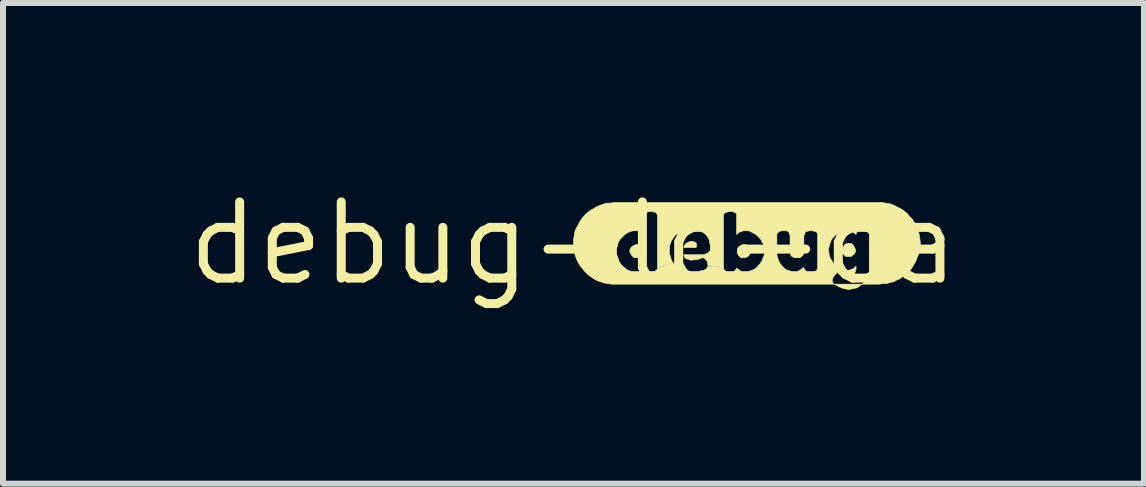
<source format=kicad_pcb>
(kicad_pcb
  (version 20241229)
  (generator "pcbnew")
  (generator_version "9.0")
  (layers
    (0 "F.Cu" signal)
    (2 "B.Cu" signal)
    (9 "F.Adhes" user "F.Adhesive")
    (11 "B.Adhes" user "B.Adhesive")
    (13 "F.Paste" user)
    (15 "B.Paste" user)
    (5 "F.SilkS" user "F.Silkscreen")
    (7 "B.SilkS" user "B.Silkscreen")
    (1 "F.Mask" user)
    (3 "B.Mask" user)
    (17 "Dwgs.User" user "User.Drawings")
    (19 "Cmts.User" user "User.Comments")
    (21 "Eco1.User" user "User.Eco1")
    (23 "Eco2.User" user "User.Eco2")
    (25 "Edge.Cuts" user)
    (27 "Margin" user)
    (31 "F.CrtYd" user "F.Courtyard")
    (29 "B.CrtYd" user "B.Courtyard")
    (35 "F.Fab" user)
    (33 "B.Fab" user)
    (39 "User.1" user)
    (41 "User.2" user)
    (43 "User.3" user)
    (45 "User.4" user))
  (footprint "debug-lc-ca"
    (layer "F.Cu")
    (at 6.508 1.006)
    (property "Reference" "debug-lc-ca" (at 0 0 0) (layer "F.SilkS") (effects (font (size 1.27 1.27) (thickness 0.15))))
    (attr board_only exclude_from_pos_files exclude_from_bom)
    (fp_poly (pts (xy 2 0.07) (xy 2.02 0.07) (xy 2.03 0.07) (xy 2.04 0.07) (xy 2.05 0.06) (xy 2.05 0.05) (xy 2.05 0.04) (xy 2.05 0.02) (xy 2.05 0.01) (xy 2.04 -0.01) (xy 2.02 -0.02) (xy 1.99 -0.03) (xy 1.96 -0.03) (xy 1.94 -0.03) (xy 1.92 -0.02) (xy 1.9 -0.01) (xy 1.88 0) (xy 1.86 0.02) (xy 1.85 0.04) (xy 1.84 0.06) (xy 1.84 0.07) (xy 2 0.07)) (stroke (width 0.01) (type solid)) (fill yes) (layer "F.SilkS"))
    (fp_poly (pts (xy 1.01 0.24) (xy 1.07 0.24) (xy 1.09 0.24) (xy 1.11 0.24) (xy 1.12 0.23) (xy 1.14 0.21) (xy 1.15 0.2) (xy 1.16 0.18) (xy 1.17 0.16) (xy 1.17 0.14) (xy 1.17 0.12) (xy 1.17 0.09) (xy 1.16 0.07) (xy 1.14 0.06) (xy 1.13 0.04) (xy 1.11 0.03) (xy 1.09 0.02) (xy 1.07 0.02) (xy 1.04 0.02) (xy 1.02 0.03) (xy 1 0.04) (xy 0.98 0.05) (xy 0.96 0.07) (xy 0.95 0.09) (xy 0.94 0.11) (xy 0.94 0.13) (xy 0.94 0.15) (xy 0.95 0.17) (xy 0.96 0.18) (xy 0.97 0.2) (xy 1.01 0.24)) (stroke (width 0.01) (type solid)) (fill yes) (layer "F.SilkS"))
    (fp_poly (pts (xy 2.79 0.24) (xy 2.85 0.24) (xy 2.87 0.24) (xy 2.88 0.23) (xy 2.9 0.22) (xy 2.92 0.21) (xy 2.93 0.19) (xy 2.94 0.18) (xy 2.95 0.16) (xy 2.95 0.14) (xy 2.95 0.11) (xy 2.95 0.09) (xy 2.94 0.07) (xy 2.92 0.06) (xy 2.91 0.04) (xy 2.89 0.03) (xy 2.87 0.02) (xy 2.85 0.02) (xy 2.82 0.02) (xy 2.8 0.03) (xy 2.78 0.04) (xy 2.77 0.05) (xy 2.75 0.06) (xy 2.74 0.08) (xy 2.73 0.1) (xy 2.73 0.12) (xy 2.73 0.15) (xy 2.73 0.17) (xy 2.74 0.18) (xy 2.75 0.2) (xy 2.79 0.24)) (stroke (width 0.01) (type solid)) (fill yes) (layer "F.SilkS"))
    (fp_poly (pts (xy 4.48 0.16) (xy 4.52 0.2) (xy 4.53 0.21) (xy 4.54 0.22) (xy 4.56 0.22) (xy 4.58 0.22) (xy 4.6 0.22) (xy 4.62 0.22) (xy 4.64 0.21) (xy 4.66 0.19) (xy 4.68 0.18) (xy 4.69 0.16) (xy 4.7 0.14) (xy 4.7 0.12) (xy 4.7 0.1) (xy 4.69 0.08) (xy 4.68 0.06) (xy 4.67 0.04) (xy 4.65 0.02) (xy 4.64 0.01) (xy 4.62 0) (xy 4.6 0) (xy 4.57 0) (xy 4.55 0.01) (xy 4.53 0.01) (xy 4.52 0.03) (xy 4.5 0.05) (xy 4.49 0.07) (xy 4.48 0.08) (xy 4.48 0.1) (xy 4.48 0.16)) (stroke (width 0.01) (type solid)) (fill yes) (layer "F.SilkS"))
    (fp_poly (pts (xy 0.68 -0.68) (xy 0.61 -0.67) (xy 0.55 -0.67) (xy 0.49 -0.65) (xy 0.43 -0.63) (xy 0.37 -0.6) (xy 0.32 -0.57) (xy 0.27 -0.54) (xy 0.22 -0.5) (xy 0.17 -0.45) (xy 0.13 -0.4) (xy 0.1 -0.35) (xy 0.07 -0.29) (xy 0.04 -0.24) (xy 0.02 -0.18) (xy 0.01 -0.11) (xy 0 -0.05) (xy 0 0.01) (xy 0 0.08) (xy 0.01 0.14) (xy 0.03 0.2) (xy 0.05 0.26) (xy 0.08 0.32) (xy 0.11 0.37) (xy 0.15 0.42) (xy 0.19 0.47) (xy 0.23 0.51) (xy 0.28 0.55) (xy 0.34 0.59) (xy 0.39 0.62) (xy 0.45 0.64) (xy 0.51 0.66) (xy 0.57 0.67) (xy 0.63 0.68) (xy 0.68 0.68) (xy 0.86 0.41) (xy 0.83 0.39) (xy 0.8 0.36) (xy 0.78 0.33) (xy 0.76 0.3) (xy 0.75 0.27) (xy 0.74 0.24) (xy 0.73 0.21) (xy 0.72 0.18) (xy 0.72 0.15) (xy 0.72 0.11) (xy 0.72 0.08) (xy 0.73 0.05) (xy 0.74 0.01) (xy 0.75 -0.02) (xy 0.77 -0.06) (xy 0.8 -0.09) (xy 0.83 -0.12) (xy 0.86 -0.15) (xy 0.89 -0.17) (xy 0.93 -0.19) (xy 0.96 -0.2) (xy 1 -0.21) (xy 1.03 -0.21) (xy 1.07 -0.21) (xy 1.1 -0.2) (xy 1.13 -0.18) (xy 1.16 -0.17) (xy 1.18 -0.14) (xy 1.18 -0.47) (xy 1.18 -0.49) (xy 1.2 -0.51) (xy 1.23 -0.52) (xy 1.27 -0.53) (xy 1.31 -0.53) (xy 1.35 -0.52) (xy 1.37 -0.52) (xy 1.38 -0.51) (xy 1.39 -0.49) (xy 1.4 -0.47) (xy 1.4 -0.46) (xy 1.4 0.41) (xy 1.65 0.31) (xy 1.63 0.27) (xy 1.62 0.24) (xy 1.61 0.2) (xy 1.6 0.17) (xy 1.6 0.13) (xy 1.6 0.09) (xy 1.6 0.06) (xy 1.61 0.02) (xy 1.62 -0.01) (xy 1.63 -0.04) (xy 1.65 -0.07) (xy 1.67 -0.1) (xy 1.69 -0.13) (xy 1.72 -0.15) (xy 1.75 -0.17) (xy 1.78 -0.19) (xy 1.81 -0.21) (xy 1.84 -0.22) (xy 1.88 -0.23) (xy 1.92 -0.23) (xy 1.96 -0.24) (xy 2 -0.24) (xy 2.03 -0.23) (xy 2.07 -0.23) (xy 2.1 -0.22) (xy 2.13 -0.2) (xy 2.16 -0.18) (xy 2.19 -0.16) (xy 2.21 -0.14) (xy 2.23 -0.12) (xy 2.24 -0.1) (xy 2.26 -0.06) (xy 2.27 -0.03) (xy 2.27 -0.01) (xy 2.28 0.02) (xy 2.28 0.12) (xy 2.24 0.16) (xy 2.22 0.17) (xy 2.2 0.18) (xy 2.17 0.19) (xy 2.15 0.19) (xy 1.84 0.19) (xy 1.84 0.2) (xy 1.85 0.22) (xy 1.85 0.23) (xy 1.86 0.24) (xy 1.87 0.25) (xy 1.89 0.26) (xy 1.93 0.27) (xy 1.95 0.28) (xy 1.97 0.28) (xy 2.04 0.27) (xy 2.08 0.27) (xy 2.11 0.25) (xy 2.13 0.25) (xy 2.15 0.24) (xy 2.16 0.24) (xy 2.18 0.25) (xy 2.2 0.26) (xy 2.21 0.28) (xy 2.23 0.3) (xy 2.24 0.35) (xy 2.24 0.36) (xy 2.24 0.37) (xy 2.5 0.4) (xy 2.5 -0.46) (xy 2.5 -0.48) (xy 2.52 -0.5) (xy 2.53 -0.51) (xy 2.56 -0.52) (xy 2.59 -0.53) (xy 2.62 -0.53) (xy 2.65 -0.53) (xy 2.68 -0.52) (xy 2.7 -0.51) (xy 2.71 -0.5) (xy 2.72 -0.48) (xy 2.72 -0.46) (xy 2.72 -0.15) (xy 2.74 -0.16) (xy 2.75 -0.18) (xy 2.77 -0.19) (xy 2.79 -0.19) (xy 2.83 -0.21) (xy 2.87 -0.21) (xy 2.91 -0.21) (xy 2.95 -0.2) (xy 2.98 -0.18) (xy 3.02 -0.16) (xy 3.05 -0.14) (xy 3.09 -0.1) (xy 3.12 -0.07) (xy 3.14 -0.03) (xy 3.16 0) (xy 3.17 0.04) (xy 3.18 0.08) (xy 3.18 0.12) (xy 3.18 0.16) (xy 3.39 0.16) (xy 3.39 -0.14) (xy 3.39 -0.15) (xy 3.39 -0.16) (xy 3.41 -0.18) (xy 3.42 -0.2) (xy 3.44 -0.2) (xy 3.47 -0.21) (xy 3.51 -0.21) (xy 3.55 -0.21) (xy 3.57 -0.2) (xy 3.59 -0.19) (xy 3.59 -0.18) (xy 3.6 -0.17) (xy 3.6 -0.16) (xy 3.61 -0.13) (xy 3.61 0.13) (xy 3.61 0.15) (xy 3.62 0.17) (xy 3.62 0.19) (xy 3.63 0.21) (xy 3.65 0.22) (xy 3.66 0.23) (xy 3.68 0.24) (xy 3.69 0.24) (xy 3.71 0.24) (xy 3.73 0.24) (xy 3.75 0.24) (xy 3.77 0.24) (xy 3.79 0.23) (xy 3.8 0.22) (xy 3.81 0.21) (xy 3.82 0.2) (xy 3.83 0.19) (xy 3.84 0.17) (xy 3.84 0.15) (xy 3.84 0.13) (xy 3.84 -0.12) (xy 3.85 -0.15) (xy 3.86 -0.18) (xy 3.87 -0.19) (xy 3.88 -0.2) (xy 3.9 -0.2) (xy 3.93 -0.21) (xy 3.96 -0.21) (xy 3.99 -0.21) (xy 4.01 -0.2) (xy 4.03 -0.2) (xy 4.05 -0.19) (xy 4.06 -0.18) (xy 4.07 -0.14) (xy 4.07 -0.11) (xy 4.07 0.37) (xy 4.07 0.4) (xy 4.06 0.44) (xy 4.05 0.45) (xy 4.04 0.46) (xy 4.02 0.47) (xy 4 0.47) (xy 3.98 0.47) (xy 3.95 0.47) (xy 3.92 0.47) (xy 3.9 0.47) (xy 3.87 0.46) (xy 3.86 0.45) (xy 3.86 0.44) (xy 3.85 0.43) (xy 3.84 0.42) (xy 3.84 0.39) (xy 3.84 0.4) (xy 3.82 0.41) (xy 3.8 0.43) (xy 3.77 0.45) (xy 3.75 0.46) (xy 3.73 0.47) (xy 3.71 0.47) (xy 3.69 0.47) (xy 3.65 0.47) (xy 3.61 0.46) (xy 3.57 0.45) (xy 3.53 0.43) (xy 3.5 0.4) (xy 3.47 0.37) (xy 3.44 0.33) (xy 3.42 0.29) (xy 3.41 0.26) (xy 3.4 0.23) (xy 3.39 0.19) (xy 3.39 0.16) (xy 3.18 0.16) (xy 3.18 0.2) (xy 3.16 0.24) (xy 3.15 0.28) (xy 3.13 0.31) (xy 3.11 0.34) (xy 3.08 0.37) (xy 3.06 0.4) (xy 3.03 0.42) (xy 3 0.44) (xy 2.97 0.45) (xy 2.94 0.46) (xy 2.91 0.47) (xy 2.88 0.47) (xy 2.84 0.47) (xy 2.81 0.47) (xy 2.78 0.46) (xy 2.76 0.44) (xy 2.74 0.43) (xy 2.72 0.41) (xy 2.72 0.43) (xy 2.7 0.44) (xy 2.69 0.46) (xy 2.66 0.47) (xy 2.63 0.47) (xy 2.59 0.47) (xy 2.56 0.47) (xy 2.53 0.46) (xy 2.52 0.45) (xy 2.5 0.42) (xy 2.5 0.4) (xy 2.24 0.38) (xy 2.24 0.39) (xy 2.23 0.4) (xy 2.22 0.42) (xy 2.21 0.43) (xy 2.19 0.44) (xy 2.17 0.45) (xy 2.12 0.46) (xy 2.06 0.47) (xy 1.99 0.47) (xy 1.95 0.47) (xy 1.91 0.47) (xy 1.87 0.47) (xy 1.84 0.46) (xy 1.8 0.45) (xy 1.77 0.43) (xy 1.74 0.41) (xy 1.71 0.39) (xy 1.69 0.37) (xy 1.67 0.34) (xy 1.65 0.31) (xy 1.4 0.42) (xy 1.39 0.44) (xy 1.38 0.45) (xy 1.35 0.47) (xy 1.32 0.47) (xy 1.29 0.47) (xy 1.26 0.47) (xy 1.24 0.47) (xy 1.22 0.46) (xy 1.2 0.45) (xy 1.19 0.44) (xy 1.18 0.43) (xy 1.18 0.41) (xy 1.16 0.43) (xy 1.14 0.44) (xy 1.12 0.46) (xy 1.09 0.47) (xy 1.06 0.47) (xy 1.03 0.47) (xy 1 0.47) (xy 0.97 0.47) (xy 0.94 0.46) (xy 0.91 0.45) (xy 0.88 0.43) (xy 0.86 0.41) (xy 0.68 0.68) (xy 5.1 0.68) (xy 4.9 0.58) (xy 4.88 0.62) (xy 4.85 0.65) (xy 4.81 0.68) (xy 4.77 0.71) (xy 4.73 0.74) (xy 4.68 0.75) (xy 4.64 0.76) (xy 4.59 0.77) (xy 4.54 0.76) (xy 4.49 0.75) (xy 4.44 0.73) (xy 4.4 0.71) (xy 4.35 0.68) (xy 4.33 0.67) (xy 4.32 0.65) (xy 4.32 0.64) (xy 4.31 0.62) (xy 4.32 0.59) (xy 4.33 0.56) (xy 4.35 0.54) (xy 4.38 0.5) (xy 4.4 0.49) (xy 4.42 0.49) (xy 4.43 0.49) (xy 4.44 0.5) (xy 4.47 0.52) (xy 4.5 0.53) (xy 4.53 0.54) (xy 4.56 0.55) (xy 4.59 0.56) (xy 4.61 0.55) (xy 4.63 0.55) (xy 4.65 0.54) (xy 4.67 0.53) (xy 4.68 0.51) (xy 4.69 0.49) (xy 4.7 0.47) (xy 4.7 0.45) (xy 4.71 0.44) (xy 4.71 0.38) (xy 4.69 0.4) (xy 4.67 0.42) (xy 4.64 0.43) (xy 4.62 0.44) (xy 4.58 0.45) (xy 4.55 0.45) (xy 4.52 0.44) (xy 4.48 0.44) (xy 4.45 0.43) (xy 4.42 0.41) (xy 4.4 0.39) (xy 4.37 0.37) (xy 4.34 0.34) (xy 4.32 0.31) (xy 4.3 0.28) (xy 4.28 0.25) (xy 4.27 0.22) (xy 4.26 0.19) (xy 4.26 0.16) (xy 4.25 0.12) (xy 4.25 0.09) (xy 4.26 0.06) (xy 4.27 0.02) (xy 4.28 -0.01) (xy 4.29 -0.04) (xy 4.3 -0.06) (xy 4.32 -0.09) (xy 4.35 -0.12) (xy 4.37 -0.14) (xy 4.4 -0.16) (xy 4.43 -0.18) (xy 4.45 -0.19) (xy 4.49 -0.21) (xy 4.52 -0.21) (xy 4.56 -0.22) (xy 4.59 -0.21) (xy 4.63 -0.2) (xy 4.66 -0.19) (xy 4.68 -0.17) (xy 4.71 -0.15) (xy 4.72 -0.18) (xy 4.73 -0.2) (xy 4.75 -0.21) (xy 4.77 -0.22) (xy 4.79 -0.22) (xy 4.82 -0.22) (xy 4.84 -0.22) (xy 4.86 -0.22) (xy 4.88 -0.21) (xy 4.89 -0.21) (xy 4.9 -0.2) (xy 4.91 -0.19) (xy 4.92 -0.17) (xy 4.93 -0.16) (xy 4.93 -0.14) (xy 4.93 -0.12) (xy 4.93 0.43) (xy 4.93 0.49) (xy 4.92 0.53) (xy 4.9 0.58) (xy 5.1 0.68) (xy 5.17 0.67) (xy 5.23 0.67) (xy 5.28 0.65) (xy 5.34 0.64) (xy 5.39 0.61) (xy 5.44 0.59) (xy 5.48 0.56) (xy 5.53 0.53) (xy 5.57 0.49) (xy 5.61 0.45) (xy 5.64 0.41) (xy 5.67 0.36) (xy 5.7 0.31) (xy 5.72 0.26) (xy 5.74 0.21) (xy 5.76 0.16) (xy 5.77 0.1) (xy 5.78 0.04) (xy 5.78 -0.03) (xy 5.77 -0.1) (xy 5.76 -0.16) (xy 5.74 -0.23) (xy 5.71 -0.29) (xy 5.68 -0.35) (xy 5.65 -0.4) (xy 5.6 -0.45) (xy 5.56 -0.5) (xy 5.51 -0.54) (xy 5.45 -0.58) (xy 5.39 -0.61) (xy 5.33 -0.64) (xy 5.27 -0.66) (xy 5.2 -0.67) (xy 5.15 -0.68) (xy 5.1 -0.68) (xy 0.68 -0.68)) (stroke (width 0.01) (type solid)) (fill yes) (layer "F.SilkS")))
  (gr_rect
    (start -3 -3)
    (end 16.017 5.012)
    (stroke (width 0.1) (type default))
    (fill no)
    (layer "Edge.Cuts")))
</source>
